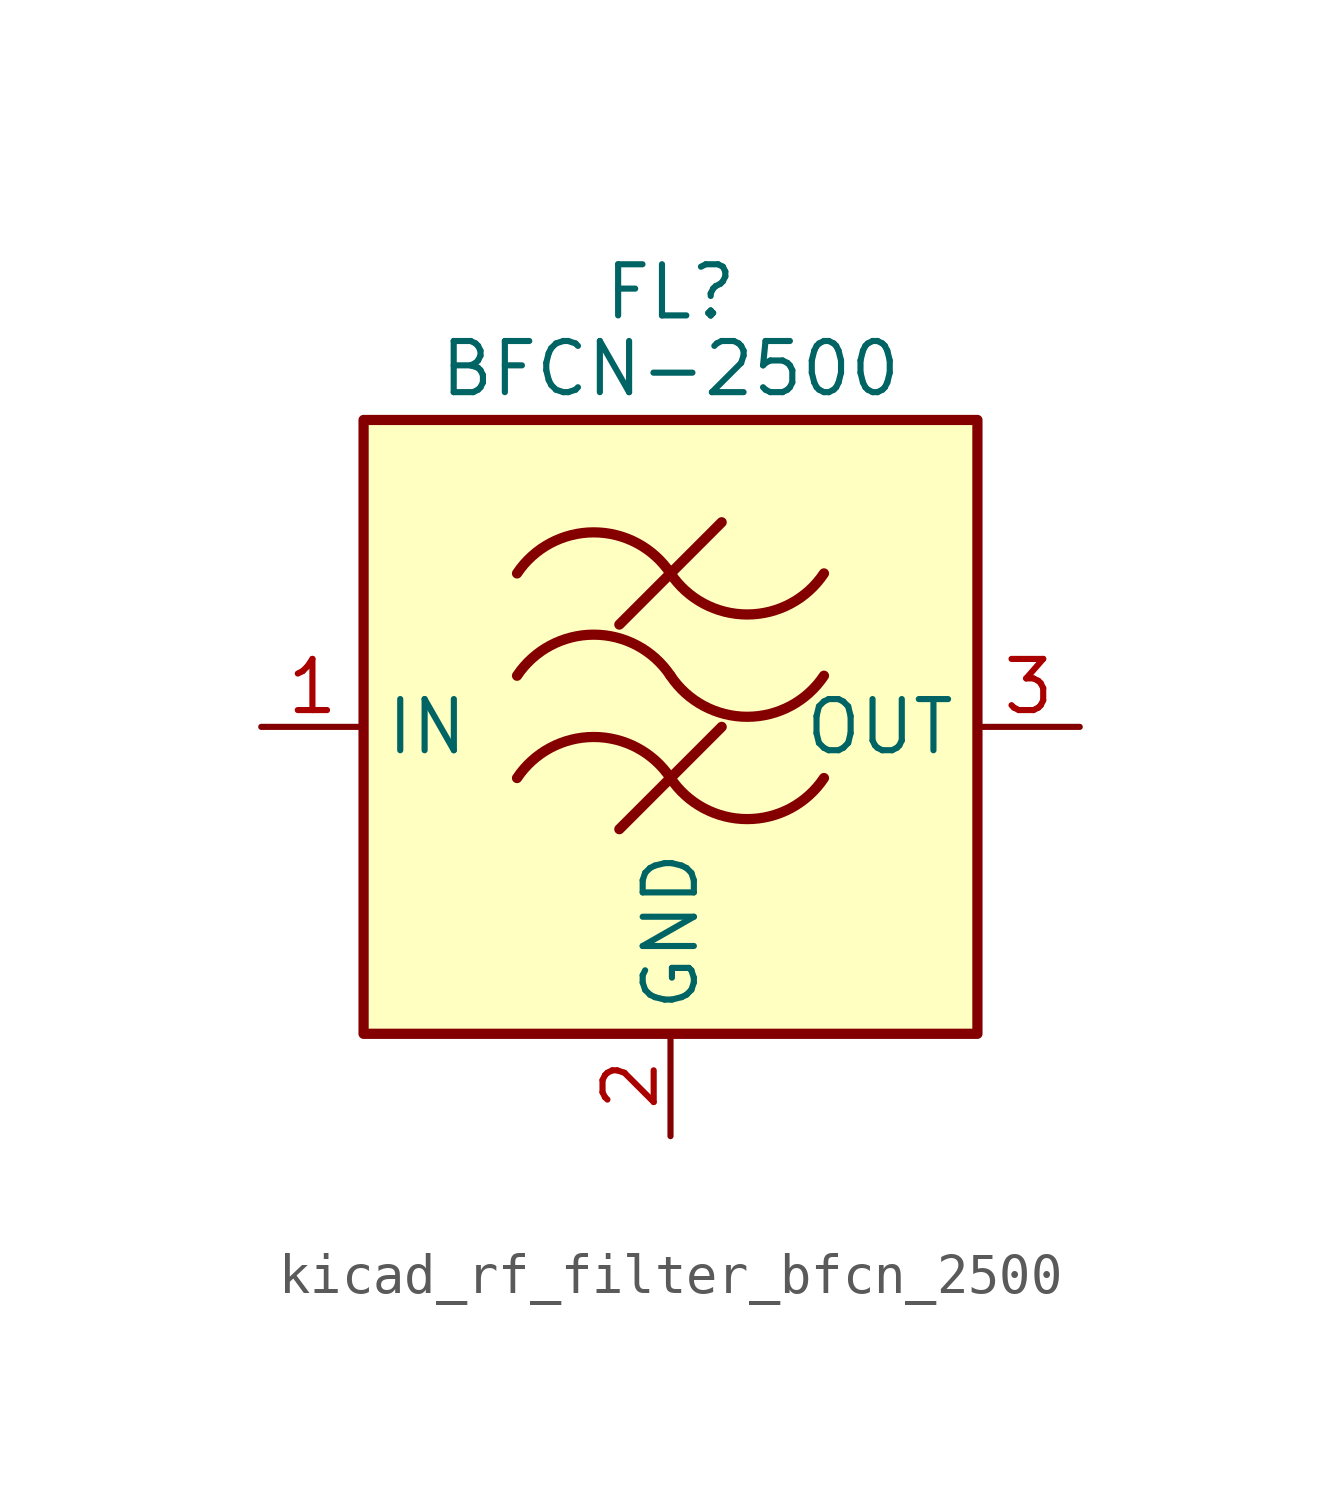
<source format=kicad_sym>
(kicad_symbol_lib
  (version 20220914)
  (generator kicad_symbol_editor)
  (symbol "kicad_rf_filter_bfcn_2500"
    (property "Reference" "FL"
      (at 0 10.795 0)
      (effects (font (size 1.27 1.27))))
    (property "Value" "BFCN-2500"
      (at 0 8.89 0)
      (effects (font (size 1.27 1.27))))
    (symbol "kicad_rf_filter_bfcn_2500_0_1"
      (rectangle (start -7.62 7.62) (end 7.62 -7.62) (stroke (width 0.254) (type default)) (fill (type background)))
      (arc (start 0 -1.27) (mid -1.905 -0.2505) (end -3.81 -1.27) (stroke (width 0.254) (type default)) (fill (type none)))
      (arc (start 0 -1.27) (mid 1.905 -2.2895) (end 3.81 -1.27) (stroke (width 0.254) (type default)) (fill (type none)))
      (polyline (pts (xy -1.27 -2.54) (xy 1.27 0)) (stroke (width 0.254) (type default)) (fill (type none)))
      (polyline (pts (xy -1.27 2.54) (xy 1.27 5.08)) (stroke (width 0.254) (type default)) (fill (type none)))
      (arc (start 0 1.27) (mid -1.905 2.2895) (end -3.81 1.27) (stroke (width 0.254) (type default)) (fill (type none)))
      (arc (start 0 1.27) (mid 1.905 0.2505) (end 3.81 1.27) (stroke (width 0.254) (type default)) (fill (type none)))
      (arc (start 0 3.81) (mid -1.905 4.8295) (end -3.81 3.81) (stroke (width 0.254) (type default)) (fill (type none)))
      (arc (start 0 3.81) (mid 1.905 2.7905) (end 3.81 3.81) (stroke (width 0.254) (type default)) (fill (type none))))
    (symbol "kicad_rf_filter_bfcn_2500_1_1"
      (pin passive line (at -10.16 0 0) (length 2.54) (name "IN" (effects (font (size 1.27 1.27)))) (number "1" (effects (font (size 1.27 1.27)))))
      (pin passive line (at 0 -10.16 90) (length 2.54) (name "GND" (effects (font (size 1.27 1.27)))) (number "2" (effects (font (size 1.27 1.27)))))
      (pin passive line (at 10.16 0 180) (length 2.54) (name "OUT" (effects (font (size 1.27 1.27)))) (number "3" (effects (font (size 1.27 1.27)))))
      (pin passive line (at 0 -10.16 90) (length 2.54) hide (name "GND" (effects (font (size 1.27 1.27)))) (number "4" (effects (font (size 1.27 1.27))))))))
</source>
